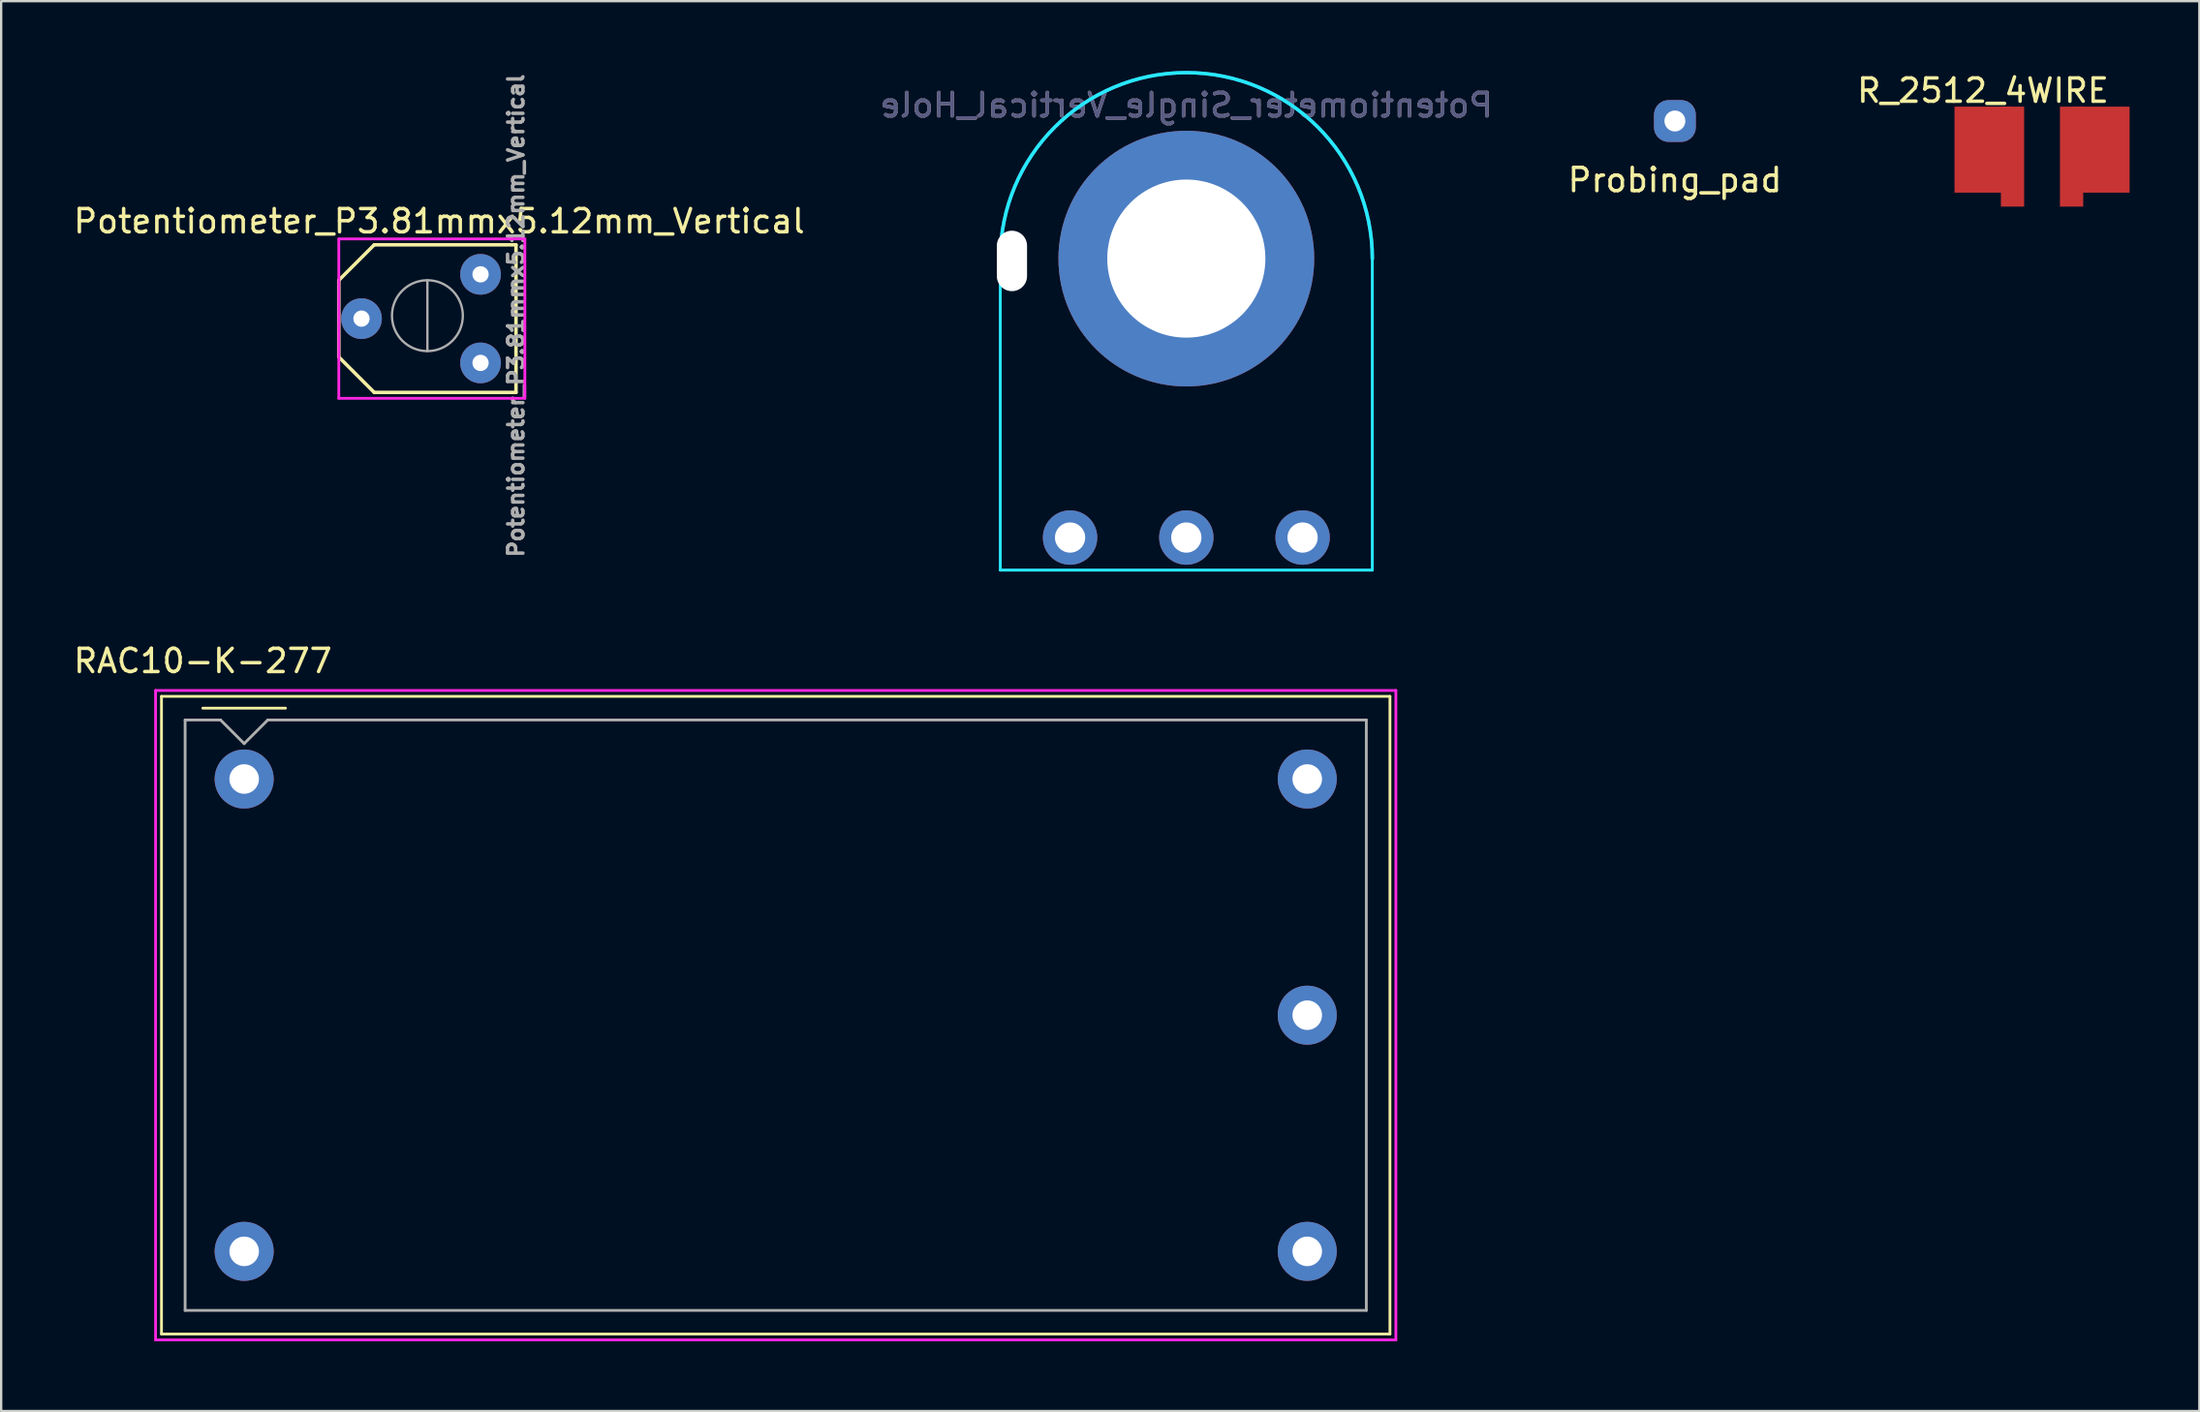
<source format=kicad_pcb>
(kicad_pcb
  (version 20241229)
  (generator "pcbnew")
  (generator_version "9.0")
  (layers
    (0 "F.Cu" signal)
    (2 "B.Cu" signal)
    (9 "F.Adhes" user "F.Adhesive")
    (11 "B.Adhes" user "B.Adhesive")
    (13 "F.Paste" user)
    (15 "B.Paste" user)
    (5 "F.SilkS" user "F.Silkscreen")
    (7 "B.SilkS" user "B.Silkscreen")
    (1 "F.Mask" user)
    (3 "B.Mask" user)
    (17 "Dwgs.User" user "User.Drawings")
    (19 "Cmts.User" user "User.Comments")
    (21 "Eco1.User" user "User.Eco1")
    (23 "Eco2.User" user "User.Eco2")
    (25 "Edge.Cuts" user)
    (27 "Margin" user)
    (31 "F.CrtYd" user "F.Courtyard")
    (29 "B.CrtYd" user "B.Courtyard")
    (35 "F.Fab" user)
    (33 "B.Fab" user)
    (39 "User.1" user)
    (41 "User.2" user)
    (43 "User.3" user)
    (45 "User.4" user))
  (footprint "R_2512_4WIRE"
    (layer "F.Cu")
    (at 84.772 3.388)
    (property "Reference" "R_2512_4WIRE" (at -2.54 -2.54 180) (layer "F.SilkS") (effects (font (size 1 1) (thickness 0.15))))
    (attr through_hole)
    (pad "1" smd rect (at 2.54 0 180) (size 2.45 3.7) (layers "F.Cu" "F.Mask" "F.Paste"))
    (pad "2" smd rect (at 1.27 0 180) (size 1 4.3) (drill (offset 0 -0.3)) (layers "F.Cu" "F.Mask" "F.Paste"))
    (pad "3" smd rect (at -1.27 0 180) (size 1 4.3) (drill (offset 0 -0.3)) (layers "F.Cu" "F.Mask" "F.Paste"))
    (pad "4" smd rect (at -2.54 0 180) (size 2.45 3.7) (layers "F.Cu" "F.Mask" "F.Paste")))
  (footprint "Probing_pad"
    (layer "F.Cu")
    (at 68.982 0.25)
    (property "Reference" "Probing_pad" (at 0 4.445 0) (layer "F.SilkS") (effects (font (size 1 1) (thickness 0.15))))
    (attr through_hole)
    (pad "1" thru_hole roundrect (at 0 1.905) (size 1.8 1.8) (drill 0.9) (layers "*.Cu" "*.Mask") (roundrect_rratio 0.35)))
  (footprint "RAC10-K-277"
    (layer "F.Cu")
    (at 7.451 30.463)
    (property "Reference" "RAC10-K-277" (at -1.778 -5.08 0) (layer "F.SilkS") (effects (font (size 1 1) (thickness 0.15))))
    (attr through_hole)
    (fp_line (start -3.556 -3.556) (end -3.556 23.876) (stroke (width 0.12) (type solid)) (layer "F.SilkS"))
    (fp_line (start -3.556 23.876) (end 49.276 23.876) (stroke (width 0.12) (type solid)) (layer "F.SilkS"))
    (fp_line (start -1.778 -3.048) (end 1.778 -3.048) (stroke (width 0.12) (type solid)) (layer "F.SilkS"))
    (fp_line (start 49.276 -3.556) (end -3.556 -3.556) (stroke (width 0.12) (type solid)) (layer "F.SilkS"))
    (fp_line (start 49.276 23.876) (end 49.276 -3.556) (stroke (width 0.12) (type solid)) (layer "F.SilkS"))
    (fp_line (start -3.81 -3.81) (end -3.81 24.13) (stroke (width 0.12) (type solid)) (layer "F.CrtYd"))
    (fp_line (start -3.81 24.13) (end 49.53 24.13) (stroke (width 0.12) (type solid)) (layer "F.CrtYd"))
    (fp_line (start 49.53 -3.81) (end -3.81 -3.81) (stroke (width 0.12) (type solid)) (layer "F.CrtYd"))
    (fp_line (start 49.53 24.13) (end 49.53 -3.81) (stroke (width 0.12) (type solid)) (layer "F.CrtYd"))
    (fp_line (start -2.54 -2.54) (end -2.54 22.86) (stroke (width 0.12) (type solid)) (layer "F.Fab"))
    (fp_line (start -2.54 22.86) (end 48.26 22.86) (stroke (width 0.12) (type solid)) (layer "F.Fab"))
    (fp_line (start -1.016 -2.54) (end -2.54 -2.54) (stroke (width 0.12) (type solid)) (layer "F.Fab"))
    (fp_line (start 0 -1.524) (end -1.016 -2.54) (stroke (width 0.12) (type solid)) (layer "F.Fab"))
    (fp_line (start 1.016 -2.54) (end 0 -1.524) (stroke (width 0.12) (type solid)) (layer "F.Fab"))
    (fp_line (start 48.26 -2.54) (end 1.016 -2.54) (stroke (width 0.12) (type solid)) (layer "F.Fab"))
    (fp_line (start 48.26 22.86) (end 48.26 -2.54) (stroke (width 0.12) (type solid)) (layer "F.Fab"))
    (pad "1" thru_hole circle (at 0 0) (size 2.54 2.54) (drill 1.27) (layers "*.Cu" "*.Mask"))
    (pad "2" thru_hole circle (at 0 20.32) (size 2.54 2.54) (drill 1.27) (layers "*.Cu" "*.Mask"))
    (pad "3" thru_hole circle (at 45.72 20.32) (size 2.54 2.54) (drill 1.27) (layers "*.Cu" "*.Mask"))
    (pad "4" thru_hole circle (at 45.72 10.16) (size 2.54 2.54) (drill 1.27) (layers "*.Cu" "*.Mask"))
    (pad "5" thru_hole circle (at 45.72 0) (size 2.54 2.54) (drill 1.27) (layers "*.Cu" "*.Mask")))
  (footprint "Potentiometer_P3.81mmx5.12mm_Vertical"
    (layer "F.Cu")
    (at 17.617 12.562)
    (property "Reference" "Potentiometer_P3.81mmx5.12mm_Vertical" (at -1.778 -6.096 0) (layer "F.SilkS") (effects (font (size 1 1) (thickness 0.15))))
    (attr through_hole)
    (fp_line (start -6.096 -3.556) (end -6.096 -0.254) (stroke (width 0.15) (type solid)) (layer "F.SilkS"))
    (fp_line (start -4.572 -5.08) (end -6.096 -3.556) (stroke (width 0.15) (type solid)) (layer "F.SilkS"))
    (fp_line (start -4.572 -5.08) (end 1.524 -5.08) (stroke (width 0.15) (type solid)) (layer "F.SilkS"))
    (fp_line (start -4.572 1.27) (end -6.096 -0.254) (stroke (width 0.15) (type solid)) (layer "F.SilkS"))
    (fp_line (start 1.524 -5.08) (end 1.524 1.27) (stroke (width 0.15) (type solid)) (layer "F.SilkS"))
    (fp_line (start 1.524 1.27) (end -4.572 1.27) (stroke (width 0.15) (type solid)) (layer "F.SilkS"))
    (fp_line (start -6.096 -5.334) (end -6.096 1.524) (stroke (width 0.12) (type solid)) (layer "F.CrtYd"))
    (fp_line (start -6.096 1.524) (end 1.905 1.524) (stroke (width 0.12) (type solid)) (layer "F.CrtYd"))
    (fp_line (start 1.905 -5.334) (end -6.096 -5.334) (stroke (width 0.12) (type solid)) (layer "F.CrtYd"))
    (fp_line (start 1.905 1.524) (end 1.905 -5.334) (stroke (width 0.12) (type solid)) (layer "F.CrtYd"))
    (fp_line (start -2.286 -0.508) (end -2.286 -3.556) (stroke (width 0.1) (type solid)) (layer "F.Fab"))
    (fp_circle (center -2.286 -2.032) (end -0.762 -2.032) (stroke (width 0.1) (type solid)) (fill no) (layer "F.Fab"))
    (fp_text user "${REFERENCE}" (at 1.524 -2.032 90) (layer "F.Fab") (effects (font (size 0.66 0.66) (thickness 0.15))))
    (pad "1" thru_hole circle (at 0 0) (size 1.75 1.75) (drill 0.7) (layers "*.Cu" "*.Mask"))
    (pad "2" thru_hole circle (at -5.12 -1.905) (size 1.75 1.75) (drill 0.7) (layers "*.Cu" "*.Mask"))
    (pad "3" thru_hole circle (at 0 -3.81) (size 1.75 1.75) (drill 0.7) (layers "*.Cu" "*.Mask")))
  (footprint "Potentiometer_Single_Vertical_Hole"
    (layer "F.Cu")
    (at 47.97 8.075)
    (property "Reference" "Potentiometer_Single_Vertical_Hole" (at 0 -6.6 0) (layer "B.SilkS") (effects (font (size 1 1) (thickness 0.15)) (justify mirror)))
    (attr through_hole)
    (fp_line (start -8 13.4) (end -8 0) (stroke (width 0.12) (type solid)) (layer "B.CrtYd"))
    (fp_line (start 8 0) (end 8 13.4) (stroke (width 0.12) (type solid)) (layer "B.CrtYd"))
    (fp_line (start 8 13.4) (end -8 13.4) (stroke (width 0.12) (type solid)) (layer "B.CrtYd"))
    (fp_arc (start -8 0) (mid 0 -8) (end 8 0) (stroke (width 0.15) (type solid)) (layer "B.CrtYd"))
    (fp_line (start -8 13.4) (end -8 0) (stroke (width 0.12) (type solid)) (layer "B.Fab"))
    (fp_line (start 8 0) (end 8 13.4) (stroke (width 0.12) (type solid)) (layer "B.Fab"))
    (fp_line (start 8 13.4) (end -8 13.4) (stroke (width 0.12) (type solid)) (layer "B.Fab"))
    (fp_arc (start -8 0) (mid 0 -8) (end 8 0) (stroke (width 0.15) (type solid)) (layer "B.Fab"))
    (fp_text user "${REFERENCE}" (at 0 -6.6 180) (layer "B.Fab") (effects (font (size 1 1) (thickness 0.15)) (justify mirror)))
    (pad "" np_thru_hole oval (at -7.5 0.1) (size 1.3 2.6) (drill oval 1.3 2.6) (layers "*.Cu" "*.Mask"))
    (pad "" thru_hole circle (at 0 0 90) (size 11 11) (drill 6.8) (layers "*.Cu" "F.Mask"))
    (pad "1" thru_hole circle (at 5 12 90) (size 2.34 2.34) (drill 1.3) (layers "*.Cu" "*.Mask"))
    (pad "2" thru_hole circle (at 0 12 90) (size 2.34 2.34) (drill 1.3) (layers "*.Cu" "*.Mask"))
    (pad "3" thru_hole circle (at -5 12 90) (size 2.34 2.34) (drill 1.3) (layers "*.Cu" "*.Mask")))
  (gr_rect
    (start -3 -3)
    (end 91.537 57.653)
    (stroke (width 0.1) (type default))
    (fill no)
    (layer "Edge.Cuts")))
</source>
